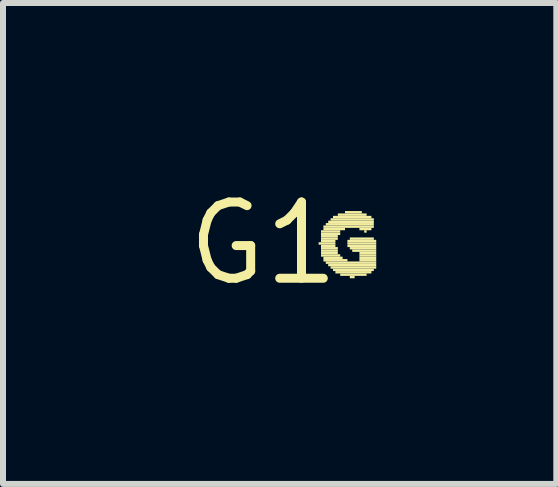
<source format=kicad_pcb>
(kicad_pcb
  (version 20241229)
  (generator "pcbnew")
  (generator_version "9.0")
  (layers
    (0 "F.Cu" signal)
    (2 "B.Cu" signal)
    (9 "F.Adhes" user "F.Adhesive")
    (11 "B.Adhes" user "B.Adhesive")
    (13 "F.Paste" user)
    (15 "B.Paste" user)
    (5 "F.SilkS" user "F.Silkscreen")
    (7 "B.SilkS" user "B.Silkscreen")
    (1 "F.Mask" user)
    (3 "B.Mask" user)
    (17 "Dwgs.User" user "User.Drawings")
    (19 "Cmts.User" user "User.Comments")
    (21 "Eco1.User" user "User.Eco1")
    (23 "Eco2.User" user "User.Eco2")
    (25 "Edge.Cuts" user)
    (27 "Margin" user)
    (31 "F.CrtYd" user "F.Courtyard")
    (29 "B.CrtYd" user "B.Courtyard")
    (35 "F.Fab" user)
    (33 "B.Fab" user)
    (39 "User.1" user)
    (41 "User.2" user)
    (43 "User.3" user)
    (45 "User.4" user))
  (footprint "G1"
    (layer "F.Cu")
    (at 1.338 1.006)
    (property "Reference" "G1" (at 0 0 0) (layer "F.SilkS") (effects (font (size 1.27 1.27) (thickness 0.15))))
    (attr through_hole)
    (fp_poly (pts (xy 0.92 0.02) (xy 1.2 0.02) (xy 1.2 -0.02) (xy 0.92 -0.02)) (stroke (width 0) (type solid)) (fill yes) (layer "F.SilkS"))
    (fp_poly (pts (xy 0.96 -0.18) (xy 1.28 -0.18) (xy 1.28 -0.22) (xy 0.96 -0.22)) (stroke (width 0) (type solid)) (fill yes) (layer "F.SilkS"))
    (fp_poly (pts (xy 0.96 -0.14) (xy 1.28 -0.14) (xy 1.28 -0.18) (xy 0.96 -0.18)) (stroke (width 0) (type solid)) (fill yes) (layer "F.SilkS"))
    (fp_poly (pts (xy 0.96 -0.1) (xy 1.24 -0.1) (xy 1.24 -0.14) (xy 0.96 -0.14)) (stroke (width 0) (type solid)) (fill yes) (layer "F.SilkS"))
    (fp_poly (pts (xy 0.96 -0.06) (xy 1.24 -0.06) (xy 1.24 -0.1) (xy 0.96 -0.1)) (stroke (width 0) (type solid)) (fill yes) (layer "F.SilkS"))
    (fp_poly (pts (xy 0.96 -0.02) (xy 1.2 -0.02) (xy 1.2 -0.06) (xy 0.96 -0.06)) (stroke (width 0) (type solid)) (fill yes) (layer "F.SilkS"))
    (fp_poly (pts (xy 0.96 0.06) (xy 1.2 0.06) (xy 1.2 0.02) (xy 0.96 0.02)) (stroke (width 0) (type solid)) (fill yes) (layer "F.SilkS"))
    (fp_poly (pts (xy 0.96 0.1) (xy 1.24 0.1) (xy 1.24 0.06) (xy 0.96 0.06)) (stroke (width 0) (type solid)) (fill yes) (layer "F.SilkS"))
    (fp_poly (pts (xy 0.96 0.14) (xy 1.24 0.14) (xy 1.24 0.1) (xy 0.96 0.1)) (stroke (width 0) (type solid)) (fill yes) (layer "F.SilkS"))
    (fp_poly (pts (xy 0.96 0.18) (xy 1.24 0.18) (xy 1.24 0.14) (xy 0.96 0.14)) (stroke (width 0) (type solid)) (fill yes) (layer "F.SilkS"))
    (fp_poly (pts (xy 0.96 0.22) (xy 1.28 0.22) (xy 1.28 0.18) (xy 0.96 0.18)) (stroke (width 0) (type solid)) (fill yes) (layer "F.SilkS"))
    (fp_poly (pts (xy 1 -0.26) (xy 1.84 -0.26) (xy 1.84 -0.3) (xy 1 -0.3)) (stroke (width 0) (type solid)) (fill yes) (layer "F.SilkS"))
    (fp_poly (pts (xy 1 -0.22) (xy 1.36 -0.22) (xy 1.36 -0.26) (xy 1 -0.26)) (stroke (width 0) (type solid)) (fill yes) (layer "F.SilkS"))
    (fp_poly (pts (xy 1 0.26) (xy 1.32 0.26) (xy 1.32 0.22) (xy 1 0.22)) (stroke (width 0) (type solid)) (fill yes) (layer "F.SilkS"))
    (fp_poly (pts (xy 1 0.3) (xy 1.4 0.3) (xy 1.4 0.26) (xy 1 0.26)) (stroke (width 0) (type solid)) (fill yes) (layer "F.SilkS"))
    (fp_poly (pts (xy 1.04 -0.3) (xy 1.84 -0.3) (xy 1.84 -0.34) (xy 1.04 -0.34)) (stroke (width 0) (type solid)) (fill yes) (layer "F.SilkS"))
    (fp_poly (pts (xy 1.04 0.34) (xy 1.88 0.34) (xy 1.88 0.3) (xy 1.04 0.3)) (stroke (width 0) (type solid)) (fill yes) (layer "F.SilkS"))
    (fp_poly (pts (xy 1.08 -0.34) (xy 1.84 -0.34) (xy 1.84 -0.38) (xy 1.08 -0.38)) (stroke (width 0) (type solid)) (fill yes) (layer "F.SilkS"))
    (fp_poly (pts (xy 1.08 0.38) (xy 1.88 0.38) (xy 1.88 0.34) (xy 1.08 0.34)) (stroke (width 0) (type solid)) (fill yes) (layer "F.SilkS"))
    (fp_poly (pts (xy 1.12 -0.38) (xy 1.84 -0.38) (xy 1.84 -0.42) (xy 1.12 -0.42)) (stroke (width 0) (type solid)) (fill yes) (layer "F.SilkS"))
    (fp_poly (pts (xy 1.12 0.42) (xy 1.88 0.42) (xy 1.88 0.38) (xy 1.12 0.38)) (stroke (width 0) (type solid)) (fill yes) (layer "F.SilkS"))
    (fp_poly (pts (xy 1.16 -0.42) (xy 1.8 -0.42) (xy 1.8 -0.46) (xy 1.16 -0.46)) (stroke (width 0) (type solid)) (fill yes) (layer "F.SilkS"))
    (fp_poly (pts (xy 1.16 0.46) (xy 1.84 0.46) (xy 1.84 0.42) (xy 1.16 0.42)) (stroke (width 0) (type solid)) (fill yes) (layer "F.SilkS"))
    (fp_poly (pts (xy 1.2 0.5) (xy 1.8 0.5) (xy 1.8 0.46) (xy 1.2 0.46)) (stroke (width 0) (type solid)) (fill yes) (layer "F.SilkS"))
    (fp_poly (pts (xy 1.24 -0.46) (xy 1.72 -0.46) (xy 1.72 -0.5) (xy 1.24 -0.5)) (stroke (width 0) (type solid)) (fill yes) (layer "F.SilkS"))
    (fp_poly (pts (xy 1.28 0.54) (xy 1.72 0.54) (xy 1.72 0.5) (xy 1.28 0.5)) (stroke (width 0) (type solid)) (fill yes) (layer "F.SilkS"))
    (fp_poly (pts (xy 1.36 -0.5) (xy 1.64 -0.5) (xy 1.64 -0.54) (xy 1.36 -0.54)) (stroke (width 0) (type solid)) (fill yes) (layer "F.SilkS"))
    (fp_poly (pts (xy 1.4 -0.02) (xy 1.88 -0.02) (xy 1.88 -0.06) (xy 1.4 -0.06)) (stroke (width 0) (type solid)) (fill yes) (layer "F.SilkS"))
    (fp_poly (pts (xy 1.4 0.02) (xy 1.88 0.02) (xy 1.88 -0.02) (xy 1.4 -0.02)) (stroke (width 0) (type solid)) (fill yes) (layer "F.SilkS"))
    (fp_poly (pts (xy 1.4 0.06) (xy 1.88 0.06) (xy 1.88 0.02) (xy 1.4 0.02)) (stroke (width 0) (type solid)) (fill yes) (layer "F.SilkS"))
    (fp_poly (pts (xy 1.44 -0.06) (xy 1.84 -0.06) (xy 1.84 -0.1) (xy 1.44 -0.1)) (stroke (width 0) (type solid)) (fill yes) (layer "F.SilkS"))
    (fp_poly (pts (xy 1.44 0.1) (xy 1.88 0.1) (xy 1.88 0.06) (xy 1.44 0.06)) (stroke (width 0) (type solid)) (fill yes) (layer "F.SilkS"))
    (fp_poly (pts (xy 1.44 0.58) (xy 1.52 0.58) (xy 1.52 0.54) (xy 1.44 0.54)) (stroke (width 0) (type solid)) (fill yes) (layer "F.SilkS"))
    (fp_poly (pts (xy 1.48 0.14) (xy 1.88 0.14) (xy 1.88 0.1) (xy 1.48 0.1)) (stroke (width 0) (type solid)) (fill yes) (layer "F.SilkS"))
    (fp_poly (pts (xy 1.6 -0.22) (xy 1.8 -0.22) (xy 1.8 -0.26) (xy 1.6 -0.26)) (stroke (width 0) (type solid)) (fill yes) (layer "F.SilkS"))
    (fp_poly (pts (xy 1.6 0.18) (xy 1.88 0.18) (xy 1.88 0.14) (xy 1.6 0.14)) (stroke (width 0) (type solid)) (fill yes) (layer "F.SilkS"))
    (fp_poly (pts (xy 1.6 0.22) (xy 1.88 0.22) (xy 1.88 0.18) (xy 1.6 0.18)) (stroke (width 0) (type solid)) (fill yes) (layer "F.SilkS"))
    (fp_poly (pts (xy 1.6 0.26) (xy 1.88 0.26) (xy 1.88 0.22) (xy 1.6 0.22)) (stroke (width 0) (type solid)) (fill yes) (layer "F.SilkS"))
    (fp_poly (pts (xy 1.6 0.3) (xy 1.88 0.3) (xy 1.88 0.26) (xy 1.6 0.26)) (stroke (width 0) (type solid)) (fill yes) (layer "F.SilkS"))
    (fp_poly (pts (xy 1.68 -0.18) (xy 1.72 -0.18) (xy 1.72 -0.22) (xy 1.68 -0.22)) (stroke (width 0) (type solid)) (fill yes) (layer "F.SilkS")))
  (gr_rect
    (start -3 -3)
    (end 6.218 5.012)
    (stroke (width 0.1) (type default))
    (fill no)
    (layer "Edge.Cuts")))
</source>
